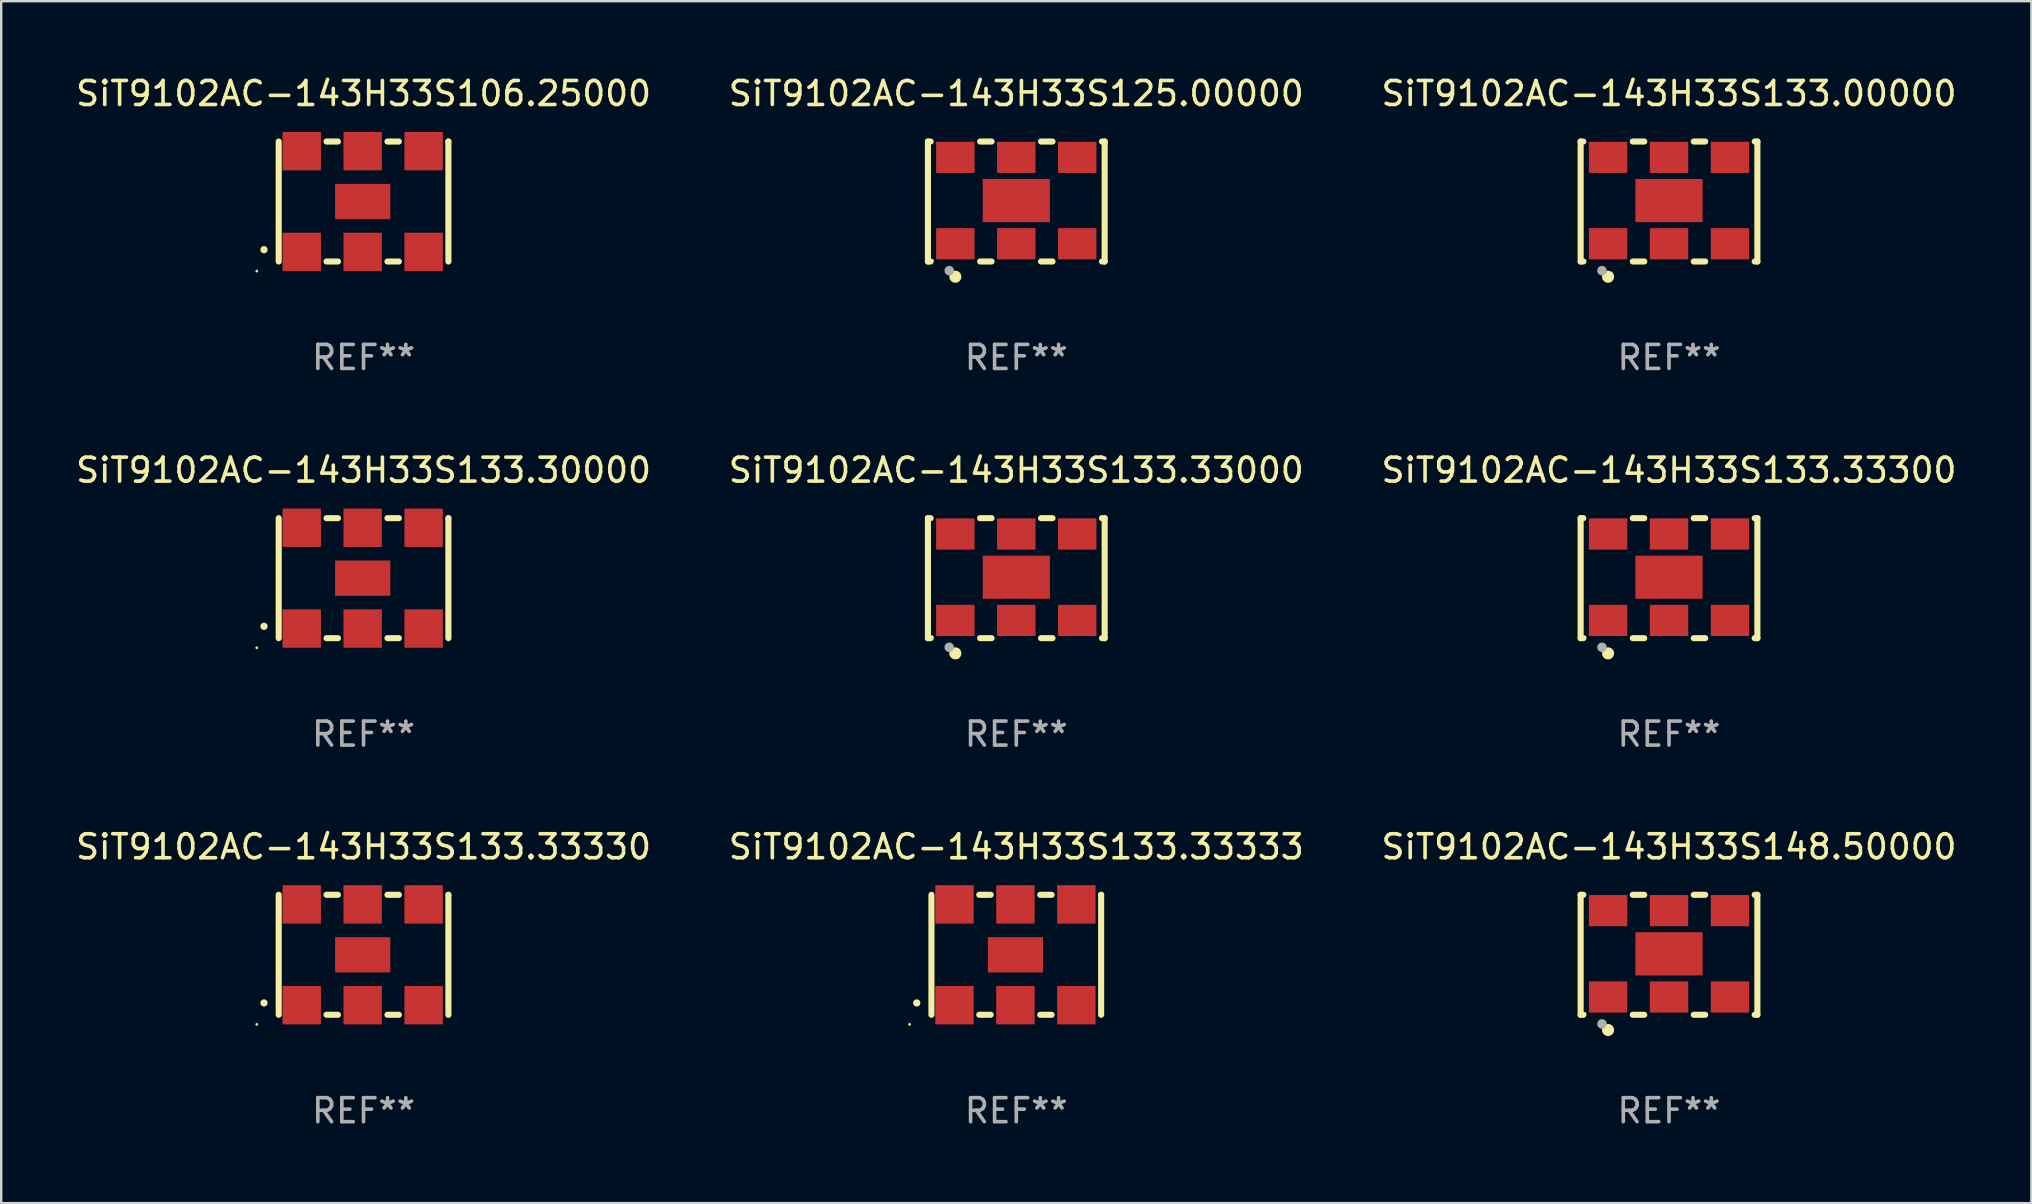
<source format=kicad_pcb>
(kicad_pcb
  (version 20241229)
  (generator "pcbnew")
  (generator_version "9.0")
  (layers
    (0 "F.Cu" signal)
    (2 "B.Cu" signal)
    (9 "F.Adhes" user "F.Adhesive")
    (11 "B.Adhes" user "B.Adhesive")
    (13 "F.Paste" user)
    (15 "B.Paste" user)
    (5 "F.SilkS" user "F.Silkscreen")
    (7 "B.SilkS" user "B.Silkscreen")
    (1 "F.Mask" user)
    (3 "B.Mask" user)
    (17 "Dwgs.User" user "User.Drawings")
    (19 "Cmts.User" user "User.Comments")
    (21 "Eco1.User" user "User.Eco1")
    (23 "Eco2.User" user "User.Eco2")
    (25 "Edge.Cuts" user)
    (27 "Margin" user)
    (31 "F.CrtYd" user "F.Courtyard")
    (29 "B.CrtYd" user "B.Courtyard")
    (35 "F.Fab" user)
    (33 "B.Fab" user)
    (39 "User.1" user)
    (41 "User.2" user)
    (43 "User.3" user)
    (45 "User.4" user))
  (footprint "SiT9102AC-143H33S133.30000"
    (layer "F.Cu")
    (at 12.101 21.045)
    (property "Reference" "SiT9102AC-143H33S133.30000" (at 0 -4.5 0) (layer "F.SilkS") (effects (font (size 1 1) (thickness 0.15))))
    (attr through_hole)
    (fp_line (start -3.536 -2.5) (end -3.536 2.5) (stroke (width 0.254) (type solid)) (layer "F.SilkS"))
    (fp_line (start -1.544 2.5) (end -1.067 2.5) (stroke (width 0.254) (type solid)) (layer "F.SilkS"))
    (fp_line (start -1.067 -2.5) (end -1.544 -2.5) (stroke (width 0.254) (type solid)) (layer "F.SilkS"))
    (fp_line (start 0.996 2.5) (end 1.473 2.5) (stroke (width 0.254) (type solid)) (layer "F.SilkS"))
    (fp_line (start 1.473 -2.5) (end 0.996 -2.5) (stroke (width 0.254) (type solid)) (layer "F.SilkS"))
    (fp_line (start 3.536 -2.5) (end 3.536 -2.5) (stroke (width 0.254) (type solid)) (layer "F.SilkS"))
    (fp_line (start 3.536 2.5) (end 3.536 -2.5) (stroke (width 0.254) (type solid)) (layer "F.SilkS"))
    (fp_arc (start -4.150432 2.006604) (mid -4.149162 2.006599) (end -4.147892 2.006604) (stroke (width 0.3) (type solid)) (layer "F.SilkS"))
    (fp_circle (center -4.449 2.9) (end -4.419 2.9) (stroke (width 0.06) (type solid)) (fill no) (layer "F.SilkS"))
    (fp_text user "REF**" (at 0 6.5 0) (layer "F.Fab") (effects (font (size 1 1) (thickness 0.15))))
    (pad "1" smd rect (at -2.576 2.1) (size 1.6 1.6) (layers "F.Cu" "F.Mask" "F.Paste"))
    (pad "2" smd rect (at -0.036 2.1) (size 1.6 1.6) (layers "F.Cu" "F.Mask" "F.Paste"))
    (pad "3" smd rect (at 2.504 2.1) (size 1.6 1.6) (layers "F.Cu" "F.Mask" "F.Paste"))
    (pad "4" smd rect (at 2.504 -2.1) (size 1.6 1.6) (layers "F.Cu" "F.Mask" "F.Paste"))
    (pad "5" smd rect (at -0.036 -2.1) (size 1.6 1.6) (layers "F.Cu" "F.Mask" "F.Paste"))
    (pad "6" smd rect (at -2.576 -2.1) (size 1.6 1.6) (layers "F.Cu" "F.Mask" "F.Paste"))
    (pad "7" smd rect (at -0.036 0) (size 2.3 1.47) (layers "F.Cu" "F.Mask" "F.Paste")))
  (footprint "SiT9102AC-143H33S148.50000"
    (layer "F.Cu")
    (at 66.506 36.741)
    (property "Reference" "SiT9102AC-143H33S148.50000" (at 0 -4.5 0) (layer "F.SilkS") (effects (font (size 1 1) (thickness 0.15))))
    (attr through_hole)
    (fp_line (start -3.683 -2.5) (end -3.571 -2.5) (stroke (width 0.254) (type solid)) (layer "F.SilkS"))
    (fp_line (start -3.683 2.5) (end -3.683 -2.5) (stroke (width 0.254) (type solid)) (layer "F.SilkS"))
    (fp_line (start -3.683 2.5) (end -3.571 2.5) (stroke (width 0.254) (type solid)) (layer "F.SilkS"))
    (fp_line (start -1.509 -2.5) (end -1.031 -2.5) (stroke (width 0.254) (type solid)) (layer "F.SilkS"))
    (fp_line (start -1.509 2.5) (end -1.031 2.5) (stroke (width 0.254) (type solid)) (layer "F.SilkS"))
    (fp_line (start 1.031 -2.5) (end 1.509 -2.5) (stroke (width 0.254) (type solid)) (layer "F.SilkS"))
    (fp_line (start 1.031 2.5) (end 1.509 2.5) (stroke (width 0.254) (type solid)) (layer "F.SilkS"))
    (fp_line (start 3.571 -2.5) (end 3.683 -2.5) (stroke (width 0.254) (type solid)) (layer "F.SilkS"))
    (fp_line (start 3.571 2.5) (end 3.683 2.5) (stroke (width 0.254) (type solid)) (layer "F.SilkS"))
    (fp_line (start 3.683 2.5) (end 3.683 -2.5) (stroke (width 0.254) (type solid)) (layer "F.SilkS"))
    (fp_circle (center -3.5 2.46) (end -3.47 2.46) (stroke (width 0.06) (type solid)) (fill no) (layer "F.SilkS"))
    (fp_circle (center -2.54 3.135) (end -2.413 3.135) (stroke (width 0.254) (type solid)) (fill no) (layer "F.SilkS"))
    (fp_circle (center -2.794 2.881) (end -2.694 2.881) (stroke (width 0.2) (type solid)) (fill no) (layer "F.Fab"))
    (fp_text user "REF**" (at 0 6.5 0) (layer "F.Fab") (effects (font (size 1 1) (thickness 0.15))))
    (pad "1" smd rect (at -2.54 1.76) (size 1.6 1.3) (layers "F.Cu" "F.Mask" "F.Paste"))
    (pad "2" smd rect (at 0 1.76) (size 1.6 1.3) (layers "F.Cu" "F.Mask" "F.Paste"))
    (pad "3" smd rect (at 2.54 1.76) (size 1.6 1.3) (layers "F.Cu" "F.Mask" "F.Paste"))
    (pad "4" smd rect (at 2.54 -1.84) (size 1.6 1.3) (layers "F.Cu" "F.Mask" "F.Paste"))
    (pad "5" smd rect (at 0 -1.84) (size 1.6 1.3) (layers "F.Cu" "F.Mask" "F.Paste"))
    (pad "6" smd rect (at -2.54 -1.84) (size 1.6 1.3) (layers "F.Cu" "F.Mask" "F.Paste"))
    (pad "7" smd rect (at 0 -0.04) (size 2.8 1.8) (layers "F.Cu" "F.Mask" "F.Paste")))
  (footprint "SiT9102AC-143H33S133.33000"
    (layer "F.Cu")
    (at 39.304 21.045)
    (property "Reference" "SiT9102AC-143H33S133.33000" (at 0 -4.5 0) (layer "F.SilkS") (effects (font (size 1 1) (thickness 0.15))))
    (attr through_hole)
    (fp_line (start -3.683 -2.5) (end -3.571 -2.5) (stroke (width 0.254) (type solid)) (layer "F.SilkS"))
    (fp_line (start -3.683 2.5) (end -3.683 -2.5) (stroke (width 0.254) (type solid)) (layer "F.SilkS"))
    (fp_line (start -3.683 2.5) (end -3.571 2.5) (stroke (width 0.254) (type solid)) (layer "F.SilkS"))
    (fp_line (start -1.509 -2.5) (end -1.031 -2.5) (stroke (width 0.254) (type solid)) (layer "F.SilkS"))
    (fp_line (start -1.509 2.5) (end -1.031 2.5) (stroke (width 0.254) (type solid)) (layer "F.SilkS"))
    (fp_line (start 1.031 -2.5) (end 1.509 -2.5) (stroke (width 0.254) (type solid)) (layer "F.SilkS"))
    (fp_line (start 1.031 2.5) (end 1.509 2.5) (stroke (width 0.254) (type solid)) (layer "F.SilkS"))
    (fp_line (start 3.571 -2.5) (end 3.683 -2.5) (stroke (width 0.254) (type solid)) (layer "F.SilkS"))
    (fp_line (start 3.571 2.5) (end 3.683 2.5) (stroke (width 0.254) (type solid)) (layer "F.SilkS"))
    (fp_line (start 3.683 2.5) (end 3.683 -2.5) (stroke (width 0.254) (type solid)) (layer "F.SilkS"))
    (fp_circle (center -3.5 2.46) (end -3.47 2.46) (stroke (width 0.06) (type solid)) (fill no) (layer "F.SilkS"))
    (fp_circle (center -2.54 3.135) (end -2.413 3.135) (stroke (width 0.254) (type solid)) (fill no) (layer "F.SilkS"))
    (fp_circle (center -2.794 2.881) (end -2.694 2.881) (stroke (width 0.2) (type solid)) (fill no) (layer "F.Fab"))
    (fp_text user "REF**" (at 0 6.5 0) (layer "F.Fab") (effects (font (size 1 1) (thickness 0.15))))
    (pad "1" smd rect (at -2.54 1.76) (size 1.6 1.3) (layers "F.Cu" "F.Mask" "F.Paste"))
    (pad "2" smd rect (at 0 1.76) (size 1.6 1.3) (layers "F.Cu" "F.Mask" "F.Paste"))
    (pad "3" smd rect (at 2.54 1.76) (size 1.6 1.3) (layers "F.Cu" "F.Mask" "F.Paste"))
    (pad "4" smd rect (at 2.54 -1.84) (size 1.6 1.3) (layers "F.Cu" "F.Mask" "F.Paste"))
    (pad "5" smd rect (at 0 -1.84) (size 1.6 1.3) (layers "F.Cu" "F.Mask" "F.Paste"))
    (pad "6" smd rect (at -2.54 -1.84) (size 1.6 1.3) (layers "F.Cu" "F.Mask" "F.Paste"))
    (pad "7" smd rect (at 0 -0.04) (size 2.8 1.8) (layers "F.Cu" "F.Mask" "F.Paste")))
  (footprint "SiT9102AC-143H33S133.33300"
    (layer "F.Cu")
    (at 66.506 21.045)
    (property "Reference" "SiT9102AC-143H33S133.33300" (at 0 -4.5 0) (layer "F.SilkS") (effects (font (size 1 1) (thickness 0.15))))
    (attr through_hole)
    (fp_line (start -3.683 -2.5) (end -3.571 -2.5) (stroke (width 0.254) (type solid)) (layer "F.SilkS"))
    (fp_line (start -3.683 2.5) (end -3.683 -2.5) (stroke (width 0.254) (type solid)) (layer "F.SilkS"))
    (fp_line (start -3.683 2.5) (end -3.571 2.5) (stroke (width 0.254) (type solid)) (layer "F.SilkS"))
    (fp_line (start -1.509 -2.5) (end -1.031 -2.5) (stroke (width 0.254) (type solid)) (layer "F.SilkS"))
    (fp_line (start -1.509 2.5) (end -1.031 2.5) (stroke (width 0.254) (type solid)) (layer "F.SilkS"))
    (fp_line (start 1.031 -2.5) (end 1.509 -2.5) (stroke (width 0.254) (type solid)) (layer "F.SilkS"))
    (fp_line (start 1.031 2.5) (end 1.509 2.5) (stroke (width 0.254) (type solid)) (layer "F.SilkS"))
    (fp_line (start 3.571 -2.5) (end 3.683 -2.5) (stroke (width 0.254) (type solid)) (layer "F.SilkS"))
    (fp_line (start 3.571 2.5) (end 3.683 2.5) (stroke (width 0.254) (type solid)) (layer "F.SilkS"))
    (fp_line (start 3.683 2.5) (end 3.683 -2.5) (stroke (width 0.254) (type solid)) (layer "F.SilkS"))
    (fp_circle (center -3.5 2.46) (end -3.47 2.46) (stroke (width 0.06) (type solid)) (fill no) (layer "F.SilkS"))
    (fp_circle (center -2.54 3.135) (end -2.413 3.135) (stroke (width 0.254) (type solid)) (fill no) (layer "F.SilkS"))
    (fp_circle (center -2.794 2.881) (end -2.694 2.881) (stroke (width 0.2) (type solid)) (fill no) (layer "F.Fab"))
    (fp_text user "REF**" (at 0 6.5 0) (layer "F.Fab") (effects (font (size 1 1) (thickness 0.15))))
    (pad "1" smd rect (at -2.54 1.76) (size 1.6 1.3) (layers "F.Cu" "F.Mask" "F.Paste"))
    (pad "2" smd rect (at 0 1.76) (size 1.6 1.3) (layers "F.Cu" "F.Mask" "F.Paste"))
    (pad "3" smd rect (at 2.54 1.76) (size 1.6 1.3) (layers "F.Cu" "F.Mask" "F.Paste"))
    (pad "4" smd rect (at 2.54 -1.84) (size 1.6 1.3) (layers "F.Cu" "F.Mask" "F.Paste"))
    (pad "5" smd rect (at 0 -1.84) (size 1.6 1.3) (layers "F.Cu" "F.Mask" "F.Paste"))
    (pad "6" smd rect (at -2.54 -1.84) (size 1.6 1.3) (layers "F.Cu" "F.Mask" "F.Paste"))
    (pad "7" smd rect (at 0 -0.04) (size 2.8 1.8) (layers "F.Cu" "F.Mask" "F.Paste")))
  (footprint "SiT9102AC-143H33S133.00000"
    (layer "F.Cu")
    (at 66.506 5.348)
    (property "Reference" "SiT9102AC-143H33S133.00000" (at 0 -4.5 0) (layer "F.SilkS") (effects (font (size 1 1) (thickness 0.15))))
    (attr through_hole)
    (fp_line (start -3.683 -2.5) (end -3.571 -2.5) (stroke (width 0.254) (type solid)) (layer "F.SilkS"))
    (fp_line (start -3.683 2.5) (end -3.683 -2.5) (stroke (width 0.254) (type solid)) (layer "F.SilkS"))
    (fp_line (start -3.683 2.5) (end -3.571 2.5) (stroke (width 0.254) (type solid)) (layer "F.SilkS"))
    (fp_line (start -1.509 -2.5) (end -1.031 -2.5) (stroke (width 0.254) (type solid)) (layer "F.SilkS"))
    (fp_line (start -1.509 2.5) (end -1.031 2.5) (stroke (width 0.254) (type solid)) (layer "F.SilkS"))
    (fp_line (start 1.031 -2.5) (end 1.509 -2.5) (stroke (width 0.254) (type solid)) (layer "F.SilkS"))
    (fp_line (start 1.031 2.5) (end 1.509 2.5) (stroke (width 0.254) (type solid)) (layer "F.SilkS"))
    (fp_line (start 3.571 -2.5) (end 3.683 -2.5) (stroke (width 0.254) (type solid)) (layer "F.SilkS"))
    (fp_line (start 3.571 2.5) (end 3.683 2.5) (stroke (width 0.254) (type solid)) (layer "F.SilkS"))
    (fp_line (start 3.683 2.5) (end 3.683 -2.5) (stroke (width 0.254) (type solid)) (layer "F.SilkS"))
    (fp_circle (center -3.5 2.46) (end -3.47 2.46) (stroke (width 0.06) (type solid)) (fill no) (layer "F.SilkS"))
    (fp_circle (center -2.54 3.135) (end -2.413 3.135) (stroke (width 0.254) (type solid)) (fill no) (layer "F.SilkS"))
    (fp_circle (center -2.794 2.881) (end -2.694 2.881) (stroke (width 0.2) (type solid)) (fill no) (layer "F.Fab"))
    (fp_text user "REF**" (at 0 6.5 0) (layer "F.Fab") (effects (font (size 1 1) (thickness 0.15))))
    (pad "1" smd rect (at -2.54 1.76) (size 1.6 1.3) (layers "F.Cu" "F.Mask" "F.Paste"))
    (pad "2" smd rect (at 0 1.76) (size 1.6 1.3) (layers "F.Cu" "F.Mask" "F.Paste"))
    (pad "3" smd rect (at 2.54 1.76) (size 1.6 1.3) (layers "F.Cu" "F.Mask" "F.Paste"))
    (pad "4" smd rect (at 2.54 -1.84) (size 1.6 1.3) (layers "F.Cu" "F.Mask" "F.Paste"))
    (pad "5" smd rect (at 0 -1.84) (size 1.6 1.3) (layers "F.Cu" "F.Mask" "F.Paste"))
    (pad "6" smd rect (at -2.54 -1.84) (size 1.6 1.3) (layers "F.Cu" "F.Mask" "F.Paste"))
    (pad "7" smd rect (at 0 -0.04) (size 2.8 1.8) (layers "F.Cu" "F.Mask" "F.Paste")))
  (footprint "SiT9102AC-143H33S125.00000"
    (layer "F.Cu")
    (at 39.304 5.348)
    (property "Reference" "SiT9102AC-143H33S125.00000" (at 0 -4.5 0) (layer "F.SilkS") (effects (font (size 1 1) (thickness 0.15))))
    (attr through_hole)
    (fp_line (start -3.683 -2.5) (end -3.571 -2.5) (stroke (width 0.254) (type solid)) (layer "F.SilkS"))
    (fp_line (start -3.683 2.5) (end -3.683 -2.5) (stroke (width 0.254) (type solid)) (layer "F.SilkS"))
    (fp_line (start -3.683 2.5) (end -3.571 2.5) (stroke (width 0.254) (type solid)) (layer "F.SilkS"))
    (fp_line (start -1.509 -2.5) (end -1.031 -2.5) (stroke (width 0.254) (type solid)) (layer "F.SilkS"))
    (fp_line (start -1.509 2.5) (end -1.031 2.5) (stroke (width 0.254) (type solid)) (layer "F.SilkS"))
    (fp_line (start 1.031 -2.5) (end 1.509 -2.5) (stroke (width 0.254) (type solid)) (layer "F.SilkS"))
    (fp_line (start 1.031 2.5) (end 1.509 2.5) (stroke (width 0.254) (type solid)) (layer "F.SilkS"))
    (fp_line (start 3.571 -2.5) (end 3.683 -2.5) (stroke (width 0.254) (type solid)) (layer "F.SilkS"))
    (fp_line (start 3.571 2.5) (end 3.683 2.5) (stroke (width 0.254) (type solid)) (layer "F.SilkS"))
    (fp_line (start 3.683 2.5) (end 3.683 -2.5) (stroke (width 0.254) (type solid)) (layer "F.SilkS"))
    (fp_circle (center -3.5 2.46) (end -3.47 2.46) (stroke (width 0.06) (type solid)) (fill no) (layer "F.SilkS"))
    (fp_circle (center -2.54 3.135) (end -2.413 3.135) (stroke (width 0.254) (type solid)) (fill no) (layer "F.SilkS"))
    (fp_circle (center -2.794 2.881) (end -2.694 2.881) (stroke (width 0.2) (type solid)) (fill no) (layer "F.Fab"))
    (fp_text user "REF**" (at 0 6.5 0) (layer "F.Fab") (effects (font (size 1 1) (thickness 0.15))))
    (pad "1" smd rect (at -2.54 1.76) (size 1.6 1.3) (layers "F.Cu" "F.Mask" "F.Paste"))
    (pad "2" smd rect (at 0 1.76) (size 1.6 1.3) (layers "F.Cu" "F.Mask" "F.Paste"))
    (pad "3" smd rect (at 2.54 1.76) (size 1.6 1.3) (layers "F.Cu" "F.Mask" "F.Paste"))
    (pad "4" smd rect (at 2.54 -1.84) (size 1.6 1.3) (layers "F.Cu" "F.Mask" "F.Paste"))
    (pad "5" smd rect (at 0 -1.84) (size 1.6 1.3) (layers "F.Cu" "F.Mask" "F.Paste"))
    (pad "6" smd rect (at -2.54 -1.84) (size 1.6 1.3) (layers "F.Cu" "F.Mask" "F.Paste"))
    (pad "7" smd rect (at 0 -0.04) (size 2.8 1.8) (layers "F.Cu" "F.Mask" "F.Paste")))
  (footprint "SiT9102AC-143H33S106.25000"
    (layer "F.Cu")
    (at 12.101 5.348)
    (property "Reference" "SiT9102AC-143H33S106.25000" (at 0 -4.5 0) (layer "F.SilkS") (effects (font (size 1 1) (thickness 0.15))))
    (attr through_hole)
    (fp_line (start -3.536 -2.5) (end -3.536 2.5) (stroke (width 0.254) (type solid)) (layer "F.SilkS"))
    (fp_line (start -1.544 2.5) (end -1.067 2.5) (stroke (width 0.254) (type solid)) (layer "F.SilkS"))
    (fp_line (start -1.067 -2.5) (end -1.544 -2.5) (stroke (width 0.254) (type solid)) (layer "F.SilkS"))
    (fp_line (start 0.996 2.5) (end 1.473 2.5) (stroke (width 0.254) (type solid)) (layer "F.SilkS"))
    (fp_line (start 1.473 -2.5) (end 0.996 -2.5) (stroke (width 0.254) (type solid)) (layer "F.SilkS"))
    (fp_line (start 3.536 -2.5) (end 3.536 -2.5) (stroke (width 0.254) (type solid)) (layer "F.SilkS"))
    (fp_line (start 3.536 2.5) (end 3.536 -2.5) (stroke (width 0.254) (type solid)) (layer "F.SilkS"))
    (fp_arc (start -4.150432 2.006604) (mid -4.149162 2.006599) (end -4.147892 2.006604) (stroke (width 0.3) (type solid)) (layer "F.SilkS"))
    (fp_circle (center -4.449 2.9) (end -4.419 2.9) (stroke (width 0.06) (type solid)) (fill no) (layer "F.SilkS"))
    (fp_text user "REF**" (at 0 6.5 0) (layer "F.Fab") (effects (font (size 1 1) (thickness 0.15))))
    (pad "1" smd rect (at -2.576 2.1) (size 1.6 1.6) (layers "F.Cu" "F.Mask" "F.Paste"))
    (pad "2" smd rect (at -0.036 2.1) (size 1.6 1.6) (layers "F.Cu" "F.Mask" "F.Paste"))
    (pad "3" smd rect (at 2.504 2.1) (size 1.6 1.6) (layers "F.Cu" "F.Mask" "F.Paste"))
    (pad "4" smd rect (at 2.504 -2.1) (size 1.6 1.6) (layers "F.Cu" "F.Mask" "F.Paste"))
    (pad "5" smd rect (at -0.036 -2.1) (size 1.6 1.6) (layers "F.Cu" "F.Mask" "F.Paste"))
    (pad "6" smd rect (at -2.576 -2.1) (size 1.6 1.6) (layers "F.Cu" "F.Mask" "F.Paste"))
    (pad "7" smd rect (at -0.036 0) (size 2.3 1.47) (layers "F.Cu" "F.Mask" "F.Paste")))
  (footprint "SiT9102AC-143H33S133.33330"
    (layer "F.Cu")
    (at 12.101 36.741)
    (property "Reference" "SiT9102AC-143H33S133.33330" (at 0 -4.5 0) (layer "F.SilkS") (effects (font (size 1 1) (thickness 0.15))))
    (attr through_hole)
    (fp_line (start -3.536 -2.5) (end -3.536 2.5) (stroke (width 0.254) (type solid)) (layer "F.SilkS"))
    (fp_line (start -1.544 2.5) (end -1.067 2.5) (stroke (width 0.254) (type solid)) (layer "F.SilkS"))
    (fp_line (start -1.067 -2.5) (end -1.544 -2.5) (stroke (width 0.254) (type solid)) (layer "F.SilkS"))
    (fp_line (start 0.996 2.5) (end 1.473 2.5) (stroke (width 0.254) (type solid)) (layer "F.SilkS"))
    (fp_line (start 1.473 -2.5) (end 0.996 -2.5) (stroke (width 0.254) (type solid)) (layer "F.SilkS"))
    (fp_line (start 3.536 -2.5) (end 3.536 -2.5) (stroke (width 0.254) (type solid)) (layer "F.SilkS"))
    (fp_line (start 3.536 2.5) (end 3.536 -2.5) (stroke (width 0.254) (type solid)) (layer "F.SilkS"))
    (fp_arc (start -4.150432 2.006604) (mid -4.149162 2.006599) (end -4.147892 2.006604) (stroke (width 0.3) (type solid)) (layer "F.SilkS"))
    (fp_circle (center -4.449 2.9) (end -4.419 2.9) (stroke (width 0.06) (type solid)) (fill no) (layer "F.SilkS"))
    (fp_text user "REF**" (at 0 6.5 0) (layer "F.Fab") (effects (font (size 1 1) (thickness 0.15))))
    (pad "1" smd rect (at -2.576 2.1) (size 1.6 1.6) (layers "F.Cu" "F.Mask" "F.Paste"))
    (pad "2" smd rect (at -0.036 2.1) (size 1.6 1.6) (layers "F.Cu" "F.Mask" "F.Paste"))
    (pad "3" smd rect (at 2.504 2.1) (size 1.6 1.6) (layers "F.Cu" "F.Mask" "F.Paste"))
    (pad "4" smd rect (at 2.504 -2.1) (size 1.6 1.6) (layers "F.Cu" "F.Mask" "F.Paste"))
    (pad "5" smd rect (at -0.036 -2.1) (size 1.6 1.6) (layers "F.Cu" "F.Mask" "F.Paste"))
    (pad "6" smd rect (at -2.576 -2.1) (size 1.6 1.6) (layers "F.Cu" "F.Mask" "F.Paste"))
    (pad "7" smd rect (at -0.036 0) (size 2.3 1.47) (layers "F.Cu" "F.Mask" "F.Paste")))
  (footprint "SiT9102AC-143H33S133.33333"
    (layer "F.Cu")
    (at 39.304 36.741)
    (property "Reference" "SiT9102AC-143H33S133.33333" (at 0 -4.5 0) (layer "F.SilkS") (effects (font (size 1 1) (thickness 0.15))))
    (attr through_hole)
    (fp_line (start -3.536 -2.5) (end -3.536 2.5) (stroke (width 0.254) (type solid)) (layer "F.SilkS"))
    (fp_line (start -1.544 2.5) (end -1.067 2.5) (stroke (width 0.254) (type solid)) (layer "F.SilkS"))
    (fp_line (start -1.067 -2.5) (end -1.544 -2.5) (stroke (width 0.254) (type solid)) (layer "F.SilkS"))
    (fp_line (start 0.996 2.5) (end 1.473 2.5) (stroke (width 0.254) (type solid)) (layer "F.SilkS"))
    (fp_line (start 1.473 -2.5) (end 0.996 -2.5) (stroke (width 0.254) (type solid)) (layer "F.SilkS"))
    (fp_line (start 3.536 -2.5) (end 3.536 -2.5) (stroke (width 0.254) (type solid)) (layer "F.SilkS"))
    (fp_line (start 3.536 2.5) (end 3.536 -2.5) (stroke (width 0.254) (type solid)) (layer "F.SilkS"))
    (fp_arc (start -4.150432 2.006604) (mid -4.149162 2.006599) (end -4.147892 2.006604) (stroke (width 0.3) (type solid)) (layer "F.SilkS"))
    (fp_circle (center -4.449 2.9) (end -4.419 2.9) (stroke (width 0.06) (type solid)) (fill no) (layer "F.SilkS"))
    (fp_text user "REF**" (at 0 6.5 0) (layer "F.Fab") (effects (font (size 1 1) (thickness 0.15))))
    (pad "1" smd rect (at -2.576 2.1) (size 1.6 1.6) (layers "F.Cu" "F.Mask" "F.Paste"))
    (pad "2" smd rect (at -0.036 2.1) (size 1.6 1.6) (layers "F.Cu" "F.Mask" "F.Paste"))
    (pad "3" smd rect (at 2.504 2.1) (size 1.6 1.6) (layers "F.Cu" "F.Mask" "F.Paste"))
    (pad "4" smd rect (at 2.504 -2.1) (size 1.6 1.6) (layers "F.Cu" "F.Mask" "F.Paste"))
    (pad "5" smd rect (at -0.036 -2.1) (size 1.6 1.6) (layers "F.Cu" "F.Mask" "F.Paste"))
    (pad "6" smd rect (at -2.576 -2.1) (size 1.6 1.6) (layers "F.Cu" "F.Mask" "F.Paste"))
    (pad "7" smd rect (at -0.036 0) (size 2.3 1.47) (layers "F.Cu" "F.Mask" "F.Paste")))
  (gr_rect
    (start -3 -3)
    (end 81.607 47.09)
    (stroke (width 0.1) (type default))
    (fill no)
    (layer "Edge.Cuts")))
</source>
